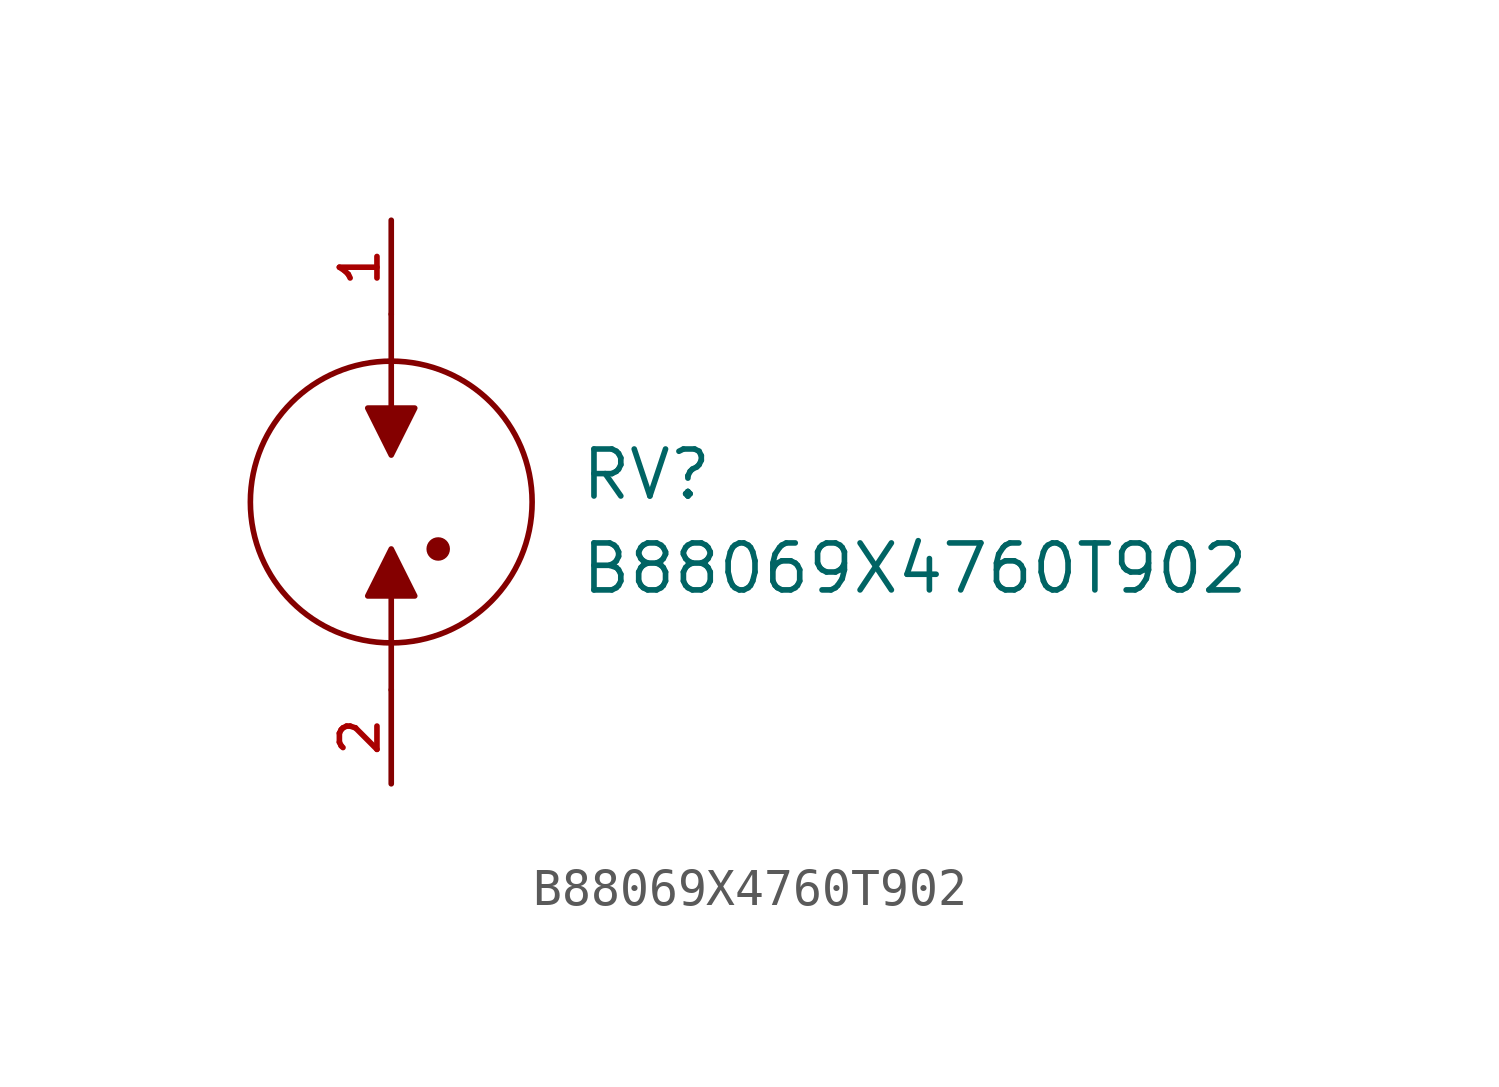
<source format=kicad_sym>
(kicad_symbol_lib
  (version 20211014)
  (generator kicad_symbol_editor)
  (symbol "B88069X4760T902"
    (pin_names
      (offset 1.016))
    (property "Reference" "RV"
      (at 5.08 0.0 0)
      (effects (font (size 1.27 1.27)) (justify bottom left)))
    (property "Value" "B88069X4760T902"
      (at 5.08 -2.54 0)
      (effects (font (size 1.27 1.27)) (justify bottom left)))
    (symbol "B88069X4760T902_0_0"
      (polyline (pts (xy -0.635 -2.54) (xy 0.635 -2.54) (xy 0.0 -1.27) (xy -0.635 -2.54)) (stroke (width 0.152)) (fill (type outline)))
      (polyline (pts (xy 0.0 -2.54) (xy 0.0 -5.08)) (stroke (width 0.152)))
      (polyline (pts (xy 0.635 2.54) (xy -0.635 2.54) (xy 0.0 1.27) (xy 0.635 2.54)) (stroke (width 0.152)) (fill (type outline)))
      (polyline (pts (xy 0.0 2.54) (xy 0.0 5.08)) (stroke (width 0.152)))
      (circle (center 0.0 0.0) (radius 3.81) (stroke (width 0.152)) (fill (type none)))
      (circle (center 1.27 -1.27) (radius 0.159) (stroke (width 0.318)) (fill (type none)))
      (pin passive line (at 0.0 7.62 270.0) (length 2.54) (name "~" (effects (font (size 1.016 1.016)))) (number "1" (effects (font (size 1.016 1.016)))))
      (pin passive line (at 0.0 -7.62 90.0) (length 2.54) (name "~" (effects (font (size 1.016 1.016)))) (number "2" (effects (font (size 1.016 1.016))))))))
</source>
